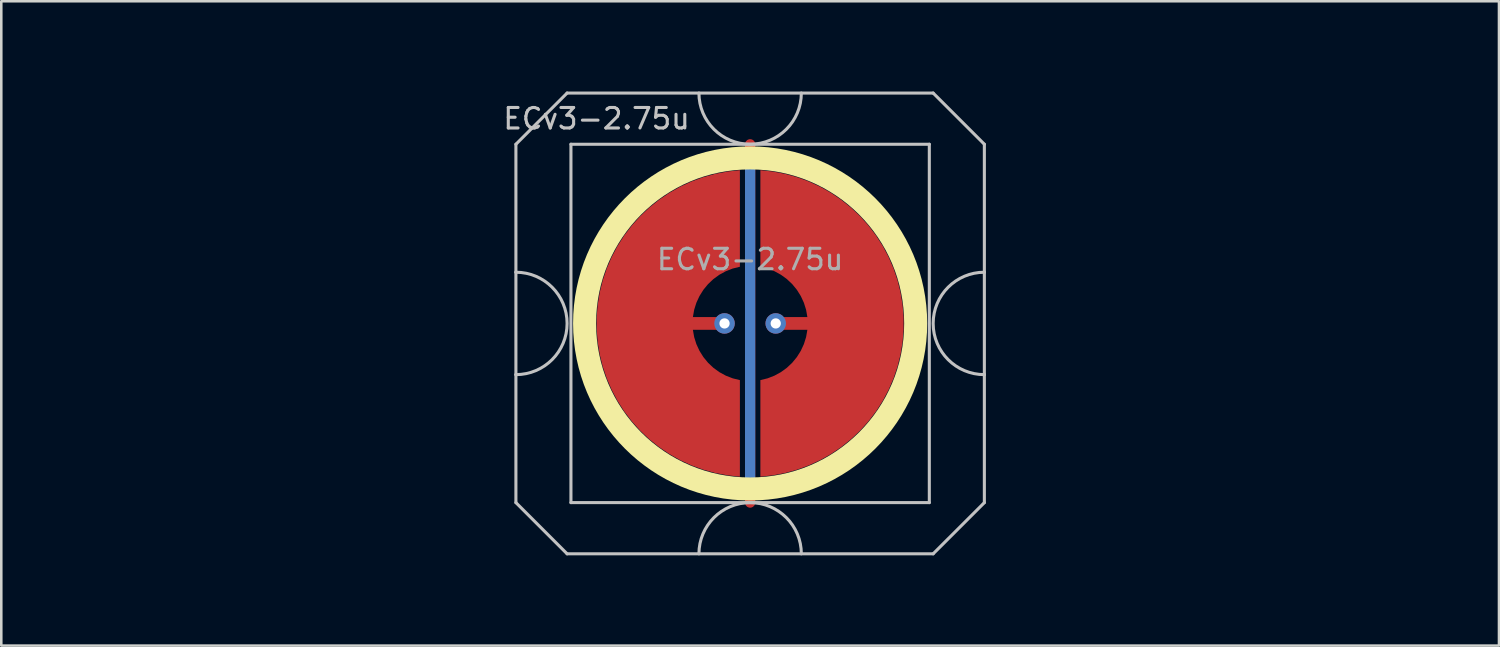
<source format=kicad_pcb>
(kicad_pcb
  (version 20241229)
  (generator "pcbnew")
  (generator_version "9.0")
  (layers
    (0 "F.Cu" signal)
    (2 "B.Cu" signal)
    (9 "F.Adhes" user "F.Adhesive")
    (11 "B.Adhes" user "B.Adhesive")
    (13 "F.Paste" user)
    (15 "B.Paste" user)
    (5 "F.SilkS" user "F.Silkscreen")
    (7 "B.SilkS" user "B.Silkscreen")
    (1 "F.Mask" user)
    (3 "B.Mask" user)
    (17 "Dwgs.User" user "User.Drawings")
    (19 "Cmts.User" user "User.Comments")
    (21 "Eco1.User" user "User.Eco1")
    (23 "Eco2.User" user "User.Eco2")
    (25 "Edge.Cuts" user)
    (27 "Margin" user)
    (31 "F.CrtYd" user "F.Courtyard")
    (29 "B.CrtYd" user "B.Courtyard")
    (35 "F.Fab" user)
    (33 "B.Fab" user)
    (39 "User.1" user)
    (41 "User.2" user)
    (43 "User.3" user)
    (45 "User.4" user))
  (footprint "ECv3-2.75u"
    (layer "F.Cu")
    (at 26.254 9.585)
    (property "Reference" "ECv3-2.75u" (at -6 -8 0) (layer "Dwgs.User") (effects (font (size 0.8 0.8) (thickness 0.12))))
    (attr through_hole exclude_from_pos_files exclude_from_bom)
    (fp_circle (center 0 0) (end 6.467 0) (stroke (width 0.9) (type solid)) (fill no) (layer "F.SilkS"))
    (fp_line (start -9.15 -7) (end -9.15 -2) (stroke (width 0.12) (type solid)) (layer "Dwgs.User"))
    (fp_line (start -9.15 -2) (end -9.15 2) (stroke (width 0.12) (type solid)) (layer "Dwgs.User"))
    (fp_line (start -9.15 2) (end -9.15 7) (stroke (width 0.12) (type solid)) (layer "Dwgs.User"))
    (fp_line (start -9.15 7) (end -7.15 9) (stroke (width 0.12) (type solid)) (layer "Dwgs.User"))
    (fp_line (start -7.15 -9) (end -9.15 -7) (stroke (width 0.12) (type solid)) (layer "Dwgs.User"))
    (fp_line (start -7.15 9) (end 7.15 9) (stroke (width 0.12) (type solid)) (layer "Dwgs.User"))
    (fp_line (start -7 -7) (end -7 7) (stroke (width 0.12) (type solid)) (layer "Dwgs.User"))
    (fp_line (start -7 7) (end 7 7) (stroke (width 0.12) (type solid)) (layer "Dwgs.User"))
    (fp_line (start 7 -7) (end -7 -7) (stroke (width 0.12) (type solid)) (layer "Dwgs.User"))
    (fp_line (start 7 7) (end 7 -7) (stroke (width 0.12) (type solid)) (layer "Dwgs.User"))
    (fp_line (start 7.15 -9) (end -7.15 -9) (stroke (width 0.12) (type solid)) (layer "Dwgs.User"))
    (fp_line (start 7.15 -9) (end 9.15 -7) (stroke (width 0.12) (type solid)) (layer "Dwgs.User"))
    (fp_line (start 7.15 9) (end 9.15 7) (stroke (width 0.12) (type solid)) (layer "Dwgs.User"))
    (fp_line (start 9.15 -2) (end 9.15 -7) (stroke (width 0.12) (type solid)) (layer "Dwgs.User"))
    (fp_line (start 9.15 -2) (end 9.15 2) (stroke (width 0.12) (type solid)) (layer "Dwgs.User"))
    (fp_line (start 9.15 7) (end 9.15 2) (stroke (width 0.12) (type solid)) (layer "Dwgs.User"))
    (fp_arc (start -9.15 -2) (mid -7.15 0) (end -9.15 2) (stroke (width 0.12) (type solid)) (layer "Dwgs.User"))
    (fp_arc (start -2 9) (mid 0 7) (end 2 9) (stroke (width 0.12) (type solid)) (layer "Dwgs.User"))
    (fp_arc (start 2 -9) (mid 0 -7) (end -2 -9) (stroke (width 0.12) (type solid)) (layer "Dwgs.User"))
    (fp_arc (start 9.15 2) (mid 7.15 0) (end 9.15 -2) (stroke (width 0.12) (type solid)) (layer "Dwgs.User"))
    (fp_line (start -16.075 -6) (end -16.075 5.5) (stroke (width 0.12) (type default)) (layer "Eco1.User"))
    (fp_line (start -16.075 -6) (end -15 -7.05) (stroke (width 0.12) (type default)) (layer "Eco1.User"))
    (fp_line (start -15 -7.05) (end 15 -7.05) (stroke (width 0.12) (type default)) (layer "Eco1.User"))
    (fp_line (start -13 7.05) (end -16.075 5.5) (stroke (width 0.12) (type default)) (layer "Eco1.User"))
    (fp_line (start 13 7.05) (end -13 7.05) (stroke (width 0.12) (type default)) (layer "Eco1.User"))
    (fp_line (start 13 7.05) (end 16.075 5.5) (stroke (width 0.12) (type default)) (layer "Eco1.User"))
    (fp_line (start 15 -7.05) (end 16.075 -6) (stroke (width 0.12) (type default)) (layer "Eco1.User"))
    (fp_line (start 16.075 -6) (end 16.075 5.5) (stroke (width 0.12) (type default)) (layer "Eco1.User"))
    (fp_line (start -26.194 -9.525) (end -26.194 9.525) (stroke (width 0.12) (type solid)) (layer "User.2"))
    (fp_line (start -26.194 -9.525) (end 26.194 -9.525) (stroke (width 0.12) (type solid)) (layer "User.2"))
    (fp_line (start -26.194 9.525) (end 26.194 9.525) (stroke (width 0.12) (type solid)) (layer "User.2"))
    (fp_line (start 26.194 -9.525) (end 26.194 9.525) (stroke (width 0.12) (type solid)) (layer "User.2"))
    (fp_circle (center -16.151 -7.147) (end -15.401 -7.147) (stroke (width 0.12) (type default)) (fill no) (layer "User.2"))
    (fp_circle (center -16.151 7.147) (end -15.151 7.147) (stroke (width 0.12) (type default)) (fill no) (layer "User.2"))
    (fp_circle (center 16.151 -7.147) (end 16.901 -7.147) (stroke (width 0.12) (type default)) (fill no) (layer "User.2"))
    (fp_circle (center 16.151 7.147) (end 17.151 7.147) (stroke (width 0.12) (type default)) (fill no) (layer "User.2"))
    (fp_text user "${REFERENCE}" (at 0 -2.5 0) (layer "F.Fab") (effects (font (size 0.8 0.8) (thickness 0.12))))
    (pad "1" smd custom (at -1 0) (size 0.4 0.4) (layers "F.Cu") (options (anchor circle)) (primitives (gr_poly (pts (xy 0.6 -2.214) (xy 0.32 -2.145) (xy 0.052 -2.041) (xy -0.201 -1.903) (xy -0.434 -1.734) (xy -0.644 -1.536) (xy -0.826 -1.314) (xy -0.979 -1.07) (xy -1.1 -0.808) (xy -1.186 -0.534) (xy -1.236 -0.25) (xy 0 -0.25) (xy 0.096 -0.231) (xy 0.177 -0.177) (xy 0.231 -0.096) (xy 0.25 0) (xy 0.231 0.096) (xy 0.177 0.177) (xy 0.096 0.231) (xy 0 0.25) (xy -1.236 0.25) (xy -1.186 0.534) (xy -1.1 0.808) (xy -0.979 1.07) (xy -0.826 1.314) (xy -0.644 1.536) (xy -0.434 1.734) (xy -0.201 1.903) (xy 0.052 2.041) (xy 0.32 2.145) (xy 0.6 2.214) (xy 0.6 5.987) (xy 0.115 5.934) (xy -0.364 5.843) (xy -0.834 5.713) (xy -1.292 5.545) (xy -1.735 5.341) (xy -2.159 5.101) (xy -2.563 4.827) (xy -2.943 4.522) (xy -3.298 4.187) (xy -3.623 3.824) (xy -3.919 3.436) (xy -4.182 3.025) (xy -4.41 2.594) (xy -4.603 2.147) (xy -4.759 1.684) (xy -4.876 1.211) (xy -4.955 0.73) (xy -4.995 0.244) (xy -4.995 -0.244) (xy -4.955 -0.73) (xy -4.876 -1.211) (xy -4.759 -1.684) (xy -4.603 -2.147) (xy -4.41 -2.594) (xy -4.182 -3.025) (xy -3.919 -3.436) (xy -3.623 -3.824) (xy -3.298 -4.187) (xy -2.943 -4.522) (xy -2.563 -4.827) (xy -2.159 -5.101) (xy -1.735 -5.341) (xy -1.292 -5.545) (xy -0.834 -5.713) (xy -0.364 -5.843) (xy 0.115 -5.934) (xy 0.6 -5.987)) (width 0) (fill yes))))
    (pad "1" thru_hole circle (at -1 0) (size 0.8 0.8) (drill 0.4) (layers "*.Cu"))
    (pad "2" smd custom (at 1 0 180) (size 0.4 0.4) (layers "F.Cu") (options (anchor circle)) (primitives (gr_poly (pts (xy 0.6 -2.214) (xy 0.32 -2.145) (xy 0.052 -2.041) (xy -0.201 -1.903) (xy -0.434 -1.734) (xy -0.644 -1.536) (xy -0.826 -1.314) (xy -0.979 -1.07) (xy -1.1 -0.808) (xy -1.186 -0.534) (xy -1.236 -0.25) (xy 0 -0.25) (xy 0.096 -0.231) (xy 0.177 -0.177) (xy 0.231 -0.096) (xy 0.25 0) (xy 0.231 0.096) (xy 0.177 0.177) (xy 0.096 0.231) (xy 0 0.25) (xy -1.236 0.25) (xy -1.186 0.534) (xy -1.1 0.808) (xy -0.979 1.07) (xy -0.826 1.314) (xy -0.644 1.536) (xy -0.434 1.734) (xy -0.201 1.903) (xy 0.052 2.041) (xy 0.32 2.145) (xy 0.6 2.214) (xy 0.6 5.987) (xy 0.115 5.934) (xy -0.364 5.843) (xy -0.834 5.713) (xy -1.292 5.545) (xy -1.735 5.341) (xy -2.159 5.101) (xy -2.563 4.827) (xy -2.943 4.522) (xy -3.298 4.187) (xy -3.623 3.824) (xy -3.919 3.436) (xy -4.182 3.025) (xy -4.41 2.594) (xy -4.603 2.147) (xy -4.759 1.684) (xy -4.876 1.211) (xy -4.955 0.73) (xy -4.995 0.244) (xy -4.995 -0.244) (xy -4.955 -0.73) (xy -4.876 -1.211) (xy -4.759 -1.684) (xy -4.603 -2.147) (xy -4.41 -2.594) (xy -4.182 -3.025) (xy -3.919 -3.436) (xy -3.623 -3.824) (xy -3.298 -4.187) (xy -2.943 -4.522) (xy -2.563 -4.827) (xy -2.159 -5.101) (xy -1.735 -5.341) (xy -1.292 -5.545) (xy -0.834 -5.713) (xy -0.364 -5.843) (xy 0.115 -5.934) (xy 0.6 -5.987)) (width 0) (fill yes))))
    (pad "2" thru_hole circle (at 1 0) (size 0.8 0.8) (drill 0.4) (layers "*.Cu"))
    (pad "3" smd custom (at 0 0) (size 0.4 0.4) (layers "F.Cu") (options (anchor rect)) (primitives (gr_line (start 0 -7) (end 0 7) (width 0.4))))
    (pad "3" smd custom (at 0 0) (size 0.4 0.4) (layers "B.Cu") (options (anchor rect)) (primitives (gr_line (start 0 -6.5) (end 0 6.5) (width 0.4))))
    (zone (net_name "") (layer "F.Cu") (hatch edge 0.508) (connect_pads) (min_thickness 0.254) (filled_areas_thickness no) (keepout (tracks allowed) (vias allowed) (pads allowed) (copperpour not_allowed) (footprints allowed)) (placement (enabled no)) (fill) (polygon (pts (xy 33.259 9.585) (xy 33.24 9.072) (xy 33.184 8.562) (xy 33.09 8.057) (xy 32.96 7.56) (xy 32.793 7.075) (xy 32.592 6.602) (xy 32.357 6.146) (xy 32.088 5.709) (xy 31.789 5.292) (xy 31.459 4.898) (xy 31.102 4.529) (xy 30.719 4.188) (xy 30.312 3.875) (xy 29.882 3.593) (xy 29.434 3.344) (xy 28.968 3.127) (xy 28.488 2.946) (xy 27.996 2.8) (xy 27.494 2.691) (xy 26.986 2.618) (xy 26.474 2.584) (xy 25.96 2.586) (xy 25.449 2.627) (xy 24.941 2.704) (xy 24.441 2.819) (xy 23.95 2.97) (xy 23.472 3.156) (xy 23.008 3.377) (xy 22.562 3.632) (xy 22.136 3.918) (xy 21.732 4.235) (xy 21.353 4.58) (xy 20.999 4.953) (xy 20.674 5.35) (xy 20.379 5.77) (xy 20.115 6.21) (xy 19.885 6.669) (xy 19.688 7.143) (xy 19.527 7.631) (xy 19.402 8.129) (xy 19.314 8.634) (xy 19.263 9.145) (xy 19.249 9.658) (xy 19.273 10.171) (xy 19.335 10.681) (xy 19.434 11.185) (xy 19.569 11.68) (xy 19.741 12.164) (xy 19.947 12.634) (xy 20.187 13.087) (xy 20.46 13.522) (xy 20.764 13.936) (xy 21.097 14.326) (xy 21.459 14.691) (xy 21.845 15.029) (xy 22.256 15.337) (xy 22.688 15.614) (xy 23.139 15.859) (xy 23.607 16.071) (xy 24.089 16.247) (xy 24.583 16.388) (xy 25.086 16.492) (xy 25.595 16.559) (xy 26.107 16.588) (xy 26.62 16.58) (xy 27.132 16.535) (xy 27.638 16.452) (xy 28.138 16.332) (xy 28.627 16.176) (xy 29.103 15.984) (xy 29.564 15.758) (xy 30.007 15.499) (xy 30.43 15.209) (xy 30.831 14.888) (xy 31.207 14.538) (xy 31.556 14.162) (xy 31.877 13.761) (xy 32.168 13.338) (xy 32.427 12.895) (xy 32.653 12.434) (xy 32.845 11.958) (xy 33.001 11.469) (xy 33.12 10.97) (xy 33.203 10.463) (xy 33.249 9.952))))
    (zone (net_name "") (layer "B.Cu") (hatch edge 0.508) (connect_pads) (min_thickness 0.254) (filled_areas_thickness no) (keepout (tracks allowed) (vias allowed) (pads allowed) (copperpour not_allowed) (footprints allowed)) (placement (enabled no)) (fill) (polygon (pts (xy 32.812 9.585) (xy 32.792 9.07) (xy 32.731 8.559) (xy 32.631 8.054) (xy 32.491 7.558) (xy 32.313 7.075) (xy 32.097 6.608) (xy 31.846 6.158) (xy 31.559 5.73) (xy 31.241 5.326) (xy 30.891 4.948) (xy 30.513 4.598) (xy 30.109 4.279) (xy 29.68 3.993) (xy 29.231 3.742) (xy 28.763 3.526) (xy 28.28 3.348) (xy 27.785 3.208) (xy 27.28 3.107) (xy 26.768 3.047) (xy 26.254 3.027) (xy 25.739 3.047) (xy 25.228 3.107) (xy 24.723 3.208) (xy 24.227 3.348) (xy 23.744 3.526) (xy 23.276 3.742) (xy 22.827 3.993) (xy 22.399 4.279) (xy 21.995 4.598) (xy 21.616 4.948) (xy 21.267 5.326) (xy 20.948 5.73) (xy 20.662 6.158) (xy 20.41 6.608) (xy 20.195 7.075) (xy 20.016 7.558) (xy 19.877 8.054) (xy 19.776 8.559) (xy 19.716 9.07) (xy 19.695 9.585) (xy 19.716 10.1) (xy 19.776 10.611) (xy 19.877 11.116) (xy 20.016 11.612) (xy 20.195 12.095) (xy 20.41 12.562) (xy 20.662 13.012) (xy 20.948 13.44) (xy 21.267 13.844) (xy 21.616 14.222) (xy 21.995 14.572) (xy 22.399 14.891) (xy 22.827 15.177) (xy 23.276 15.428) (xy 23.744 15.644) (xy 24.227 15.822) (xy 24.723 15.962) (xy 25.228 16.063) (xy 25.739 16.123) (xy 26.254 16.143) (xy 26.768 16.123) (xy 27.28 16.063) (xy 27.785 15.962) (xy 28.28 15.822) (xy 28.763 15.644) (xy 29.231 15.428) (xy 29.68 15.177) (xy 30.109 14.891) (xy 30.513 14.572) (xy 30.891 14.222) (xy 31.241 13.844) (xy 31.559 13.44) (xy 31.846 13.012) (xy 32.097 12.562) (xy 32.313 12.095) (xy 32.491 11.612) (xy 32.631 11.116) (xy 32.731 10.611) (xy 32.792 10.1)))))
  (gr_rect
    (start -3 -3)
    (end 55.508 22.17)
    (stroke (width 0.1) (type default))
    (fill no)
    (layer "Edge.Cuts")))
</source>
